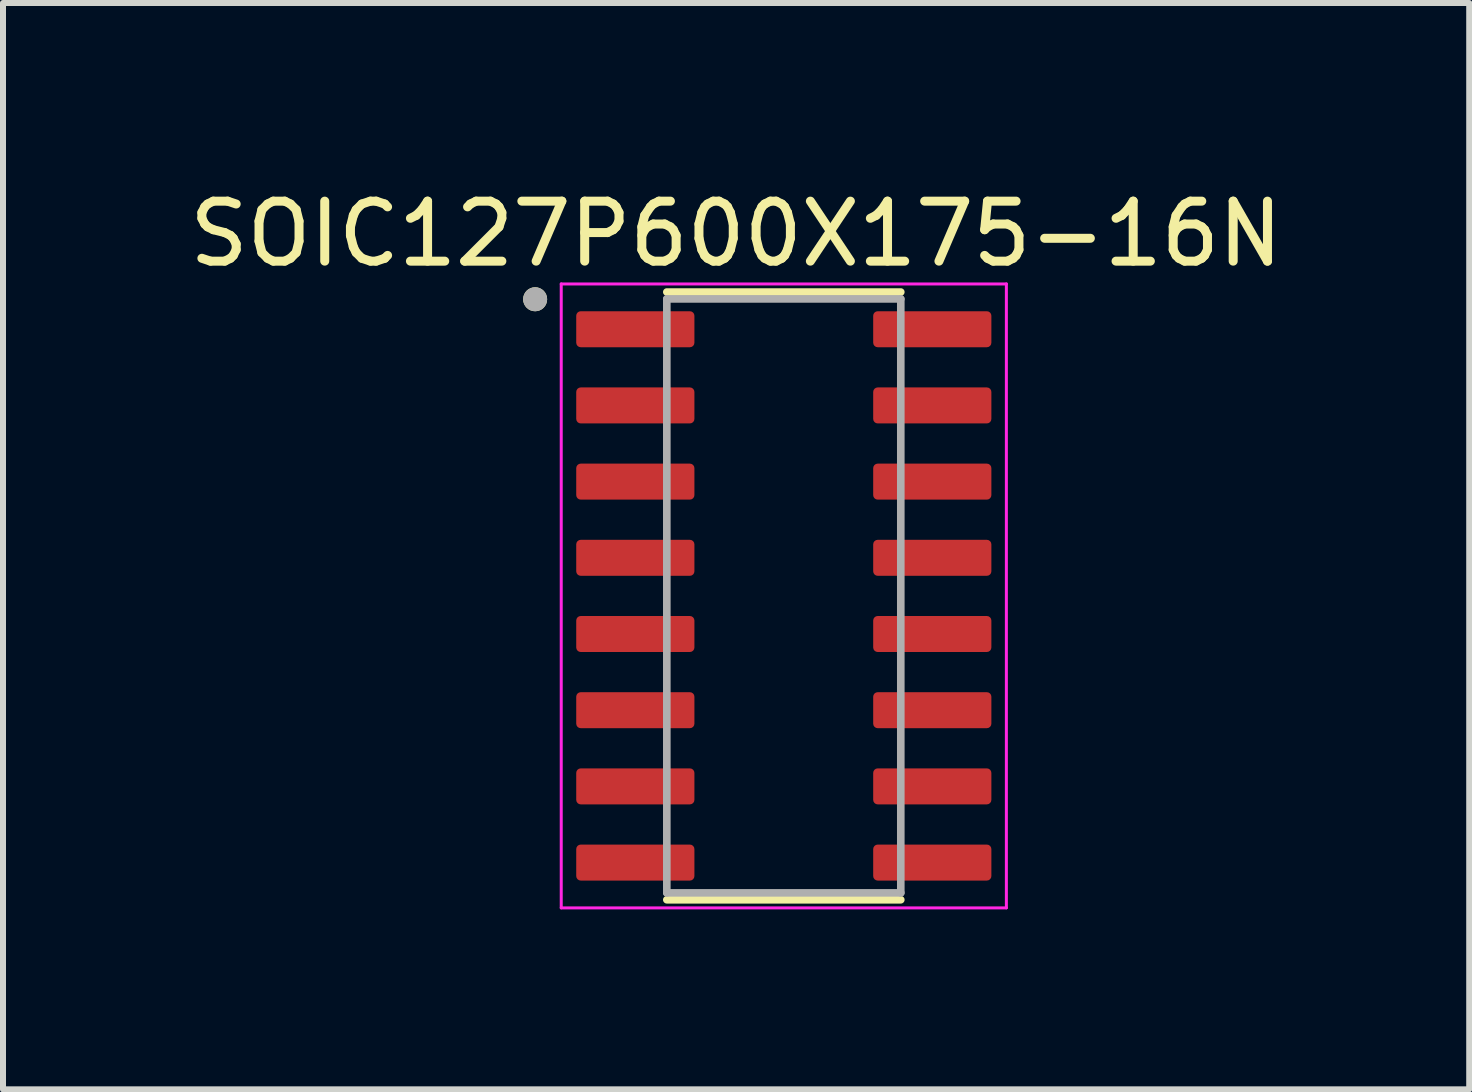
<source format=kicad_pcb>
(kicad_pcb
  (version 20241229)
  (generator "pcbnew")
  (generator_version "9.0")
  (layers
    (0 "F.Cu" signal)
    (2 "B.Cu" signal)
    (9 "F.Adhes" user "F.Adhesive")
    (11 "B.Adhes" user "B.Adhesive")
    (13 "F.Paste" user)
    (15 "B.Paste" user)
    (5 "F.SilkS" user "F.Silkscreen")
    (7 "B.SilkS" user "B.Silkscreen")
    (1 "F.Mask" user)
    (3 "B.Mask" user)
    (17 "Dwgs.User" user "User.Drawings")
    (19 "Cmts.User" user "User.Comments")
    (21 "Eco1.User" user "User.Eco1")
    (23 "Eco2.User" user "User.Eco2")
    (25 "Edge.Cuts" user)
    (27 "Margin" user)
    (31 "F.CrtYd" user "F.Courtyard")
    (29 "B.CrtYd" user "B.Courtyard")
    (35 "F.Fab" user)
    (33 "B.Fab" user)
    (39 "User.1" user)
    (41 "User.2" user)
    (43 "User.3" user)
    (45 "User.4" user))
  (footprint "SOIC127P600X175-16N"
    (layer "F.Cu")
    (at 10.015 6.883)
    (property "Reference" "SOIC127P600X175-16N" (at -0.795 -6.035 0) (layer "F.SilkS") (effects (font (size 1 1) (thickness 0.15))))
    (attr smd)
    (fp_line (start -1.95 -5.065) (end 1.95 -5.065) (stroke (width 0.127) (type solid)) (layer "F.SilkS"))
    (fp_line (start -1.95 5.065) (end 1.95 5.065) (stroke (width 0.127) (type solid)) (layer "F.SilkS"))
    (fp_circle (center -4.145 -4.945) (end -4.045 -4.945) (stroke (width 0.2) (type solid)) (fill no) (layer "F.SilkS"))
    (fp_line (start -3.71 -5.2) (end -3.71 5.2) (stroke (width 0.05) (type solid)) (layer "F.CrtYd"))
    (fp_line (start -3.71 -5.2) (end 3.71 -5.2) (stroke (width 0.05) (type solid)) (layer "F.CrtYd"))
    (fp_line (start -3.71 5.2) (end 3.71 5.2) (stroke (width 0.05) (type solid)) (layer "F.CrtYd"))
    (fp_line (start 3.71 -5.2) (end 3.71 5.2) (stroke (width 0.05) (type solid)) (layer "F.CrtYd"))
    (fp_line (start -1.95 -4.95) (end -1.95 4.95) (stroke (width 0.127) (type solid)) (layer "F.Fab"))
    (fp_line (start -1.95 -4.95) (end 1.95 -4.95) (stroke (width 0.127) (type solid)) (layer "F.Fab"))
    (fp_line (start -1.95 4.95) (end 1.95 4.95) (stroke (width 0.127) (type solid)) (layer "F.Fab"))
    (fp_line (start 1.95 -4.95) (end 1.95 4.95) (stroke (width 0.127) (type solid)) (layer "F.Fab"))
    (fp_circle (center -4.145 -4.945) (end -4.045 -4.945) (stroke (width 0.2) (type solid)) (fill no) (layer "F.Fab"))
    (pad "1" smd roundrect (at -2.475 -4.445) (size 1.97 0.6) (layers "F.Cu" "F.Mask" "F.Paste") (roundrect_rratio 0.125))
    (pad "2" smd roundrect (at -2.475 -3.175) (size 1.97 0.6) (layers "F.Cu" "F.Mask" "F.Paste") (roundrect_rratio 0.125))
    (pad "3" smd roundrect (at -2.475 -1.905) (size 1.97 0.6) (layers "F.Cu" "F.Mask" "F.Paste") (roundrect_rratio 0.125))
    (pad "4" smd roundrect (at -2.475 -0.635) (size 1.97 0.6) (layers "F.Cu" "F.Mask" "F.Paste") (roundrect_rratio 0.125))
    (pad "5" smd roundrect (at -2.475 0.635) (size 1.97 0.6) (layers "F.Cu" "F.Mask" "F.Paste") (roundrect_rratio 0.125))
    (pad "6" smd roundrect (at -2.475 1.905) (size 1.97 0.6) (layers "F.Cu" "F.Mask" "F.Paste") (roundrect_rratio 0.125))
    (pad "7" smd roundrect (at -2.475 3.175) (size 1.97 0.6) (layers "F.Cu" "F.Mask" "F.Paste") (roundrect_rratio 0.125))
    (pad "8" smd roundrect (at -2.475 4.445) (size 1.97 0.6) (layers "F.Cu" "F.Mask" "F.Paste") (roundrect_rratio 0.125))
    (pad "9" smd roundrect (at 2.475 4.445) (size 1.97 0.6) (layers "F.Cu" "F.Mask" "F.Paste") (roundrect_rratio 0.125))
    (pad "10" smd roundrect (at 2.475 3.175) (size 1.97 0.6) (layers "F.Cu" "F.Mask" "F.Paste") (roundrect_rratio 0.125))
    (pad "11" smd roundrect (at 2.475 1.905) (size 1.97 0.6) (layers "F.Cu" "F.Mask" "F.Paste") (roundrect_rratio 0.125))
    (pad "12" smd roundrect (at 2.475 0.635) (size 1.97 0.6) (layers "F.Cu" "F.Mask" "F.Paste") (roundrect_rratio 0.125))
    (pad "13" smd roundrect (at 2.475 -0.635) (size 1.97 0.6) (layers "F.Cu" "F.Mask" "F.Paste") (roundrect_rratio 0.125))
    (pad "14" smd roundrect (at 2.475 -1.905) (size 1.97 0.6) (layers "F.Cu" "F.Mask" "F.Paste") (roundrect_rratio 0.125))
    (pad "15" smd roundrect (at 2.475 -3.175) (size 1.97 0.6) (layers "F.Cu" "F.Mask" "F.Paste") (roundrect_rratio 0.125))
    (pad "16" smd roundrect (at 2.475 -4.445) (size 1.97 0.6) (layers "F.Cu" "F.Mask" "F.Paste") (roundrect_rratio 0.125)))
  (gr_rect
    (start -3 -3)
    (end 21.44 15.108)
    (stroke (width 0.1) (type default))
    (fill no)
    (layer "Edge.Cuts")))
</source>
